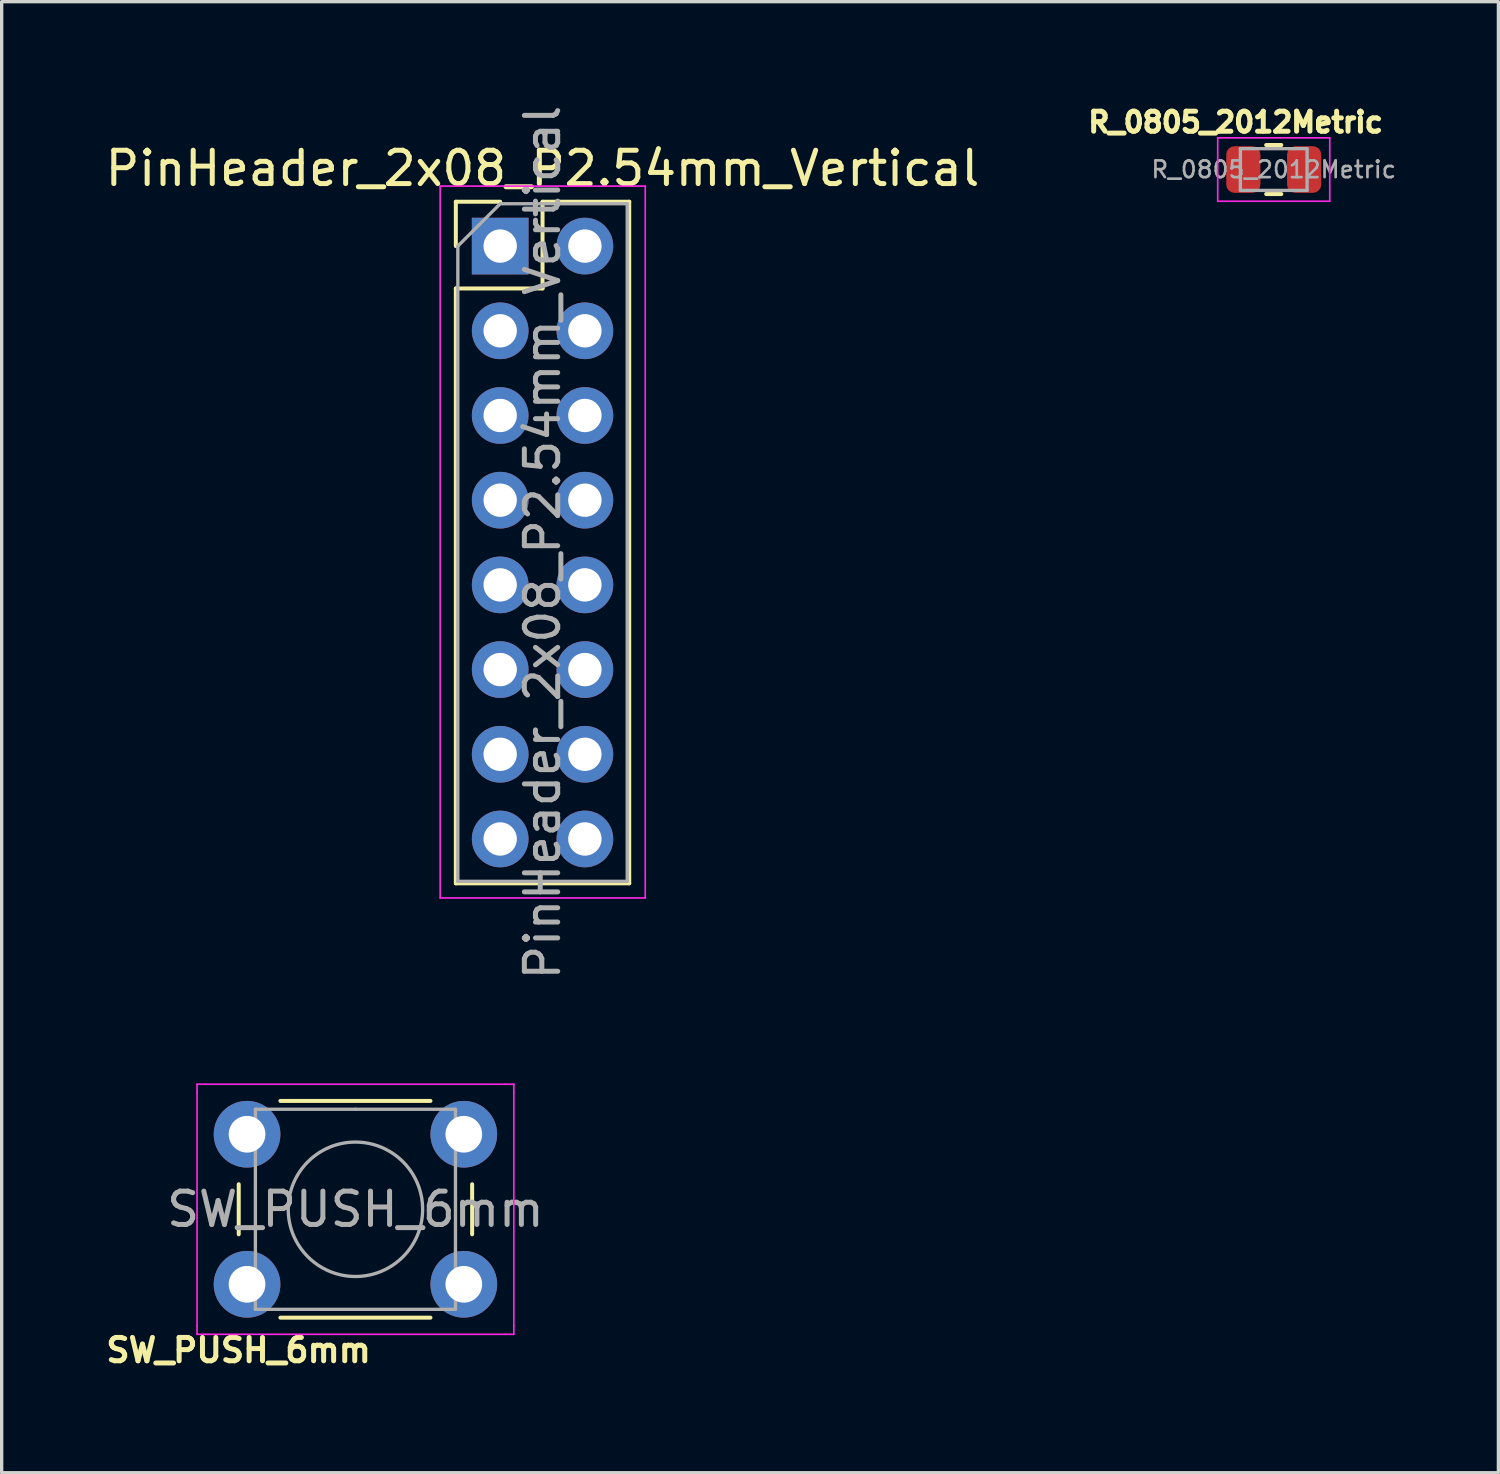
<source format=kicad_pcb>
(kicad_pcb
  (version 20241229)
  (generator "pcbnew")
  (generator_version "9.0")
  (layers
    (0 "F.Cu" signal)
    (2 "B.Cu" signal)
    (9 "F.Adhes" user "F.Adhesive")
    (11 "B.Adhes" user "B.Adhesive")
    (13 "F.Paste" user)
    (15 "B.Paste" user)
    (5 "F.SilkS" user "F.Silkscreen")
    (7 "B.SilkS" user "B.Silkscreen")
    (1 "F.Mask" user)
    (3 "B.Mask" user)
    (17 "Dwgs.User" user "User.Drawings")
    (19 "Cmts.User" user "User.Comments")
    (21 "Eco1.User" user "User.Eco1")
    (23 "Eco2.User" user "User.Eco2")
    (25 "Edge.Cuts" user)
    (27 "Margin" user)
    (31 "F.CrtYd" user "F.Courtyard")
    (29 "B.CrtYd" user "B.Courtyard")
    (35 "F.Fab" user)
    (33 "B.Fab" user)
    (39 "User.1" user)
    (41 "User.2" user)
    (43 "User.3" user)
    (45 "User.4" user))
  (footprint "PinHeader_2x08_P2.54mm_Vertical"
    (layer "F.Cu")
    (at 11.95 4.33)
    (property "Reference" "PinHeader_2x08_P2.54mm_Vertical" (at 1.27 -2.33 0) (layer "F.SilkS") (effects (font (size 1 1) (thickness 0.15))))
    (attr through_hole)
    (fp_line (start -1.33 -1.33) (end 0 -1.33) (stroke (width 0.12) (type solid)) (layer "F.SilkS"))
    (fp_line (start -1.33 0) (end -1.33 -1.33) (stroke (width 0.12) (type solid)) (layer "F.SilkS"))
    (fp_line (start -1.33 1.27) (end -1.33 19.11) (stroke (width 0.12) (type solid)) (layer "F.SilkS"))
    (fp_line (start -1.33 1.27) (end 1.27 1.27) (stroke (width 0.12) (type solid)) (layer "F.SilkS"))
    (fp_line (start -1.33 19.11) (end 3.87 19.11) (stroke (width 0.12) (type solid)) (layer "F.SilkS"))
    (fp_line (start 1.27 -1.33) (end 3.87 -1.33) (stroke (width 0.12) (type solid)) (layer "F.SilkS"))
    (fp_line (start 1.27 1.27) (end 1.27 -1.33) (stroke (width 0.12) (type solid)) (layer "F.SilkS"))
    (fp_line (start 3.87 -1.33) (end 3.87 19.11) (stroke (width 0.12) (type solid)) (layer "F.SilkS"))
    (fp_line (start -1.8 -1.8) (end -1.8 19.55) (stroke (width 0.05) (type solid)) (layer "F.CrtYd"))
    (fp_line (start -1.8 19.55) (end 4.35 19.55) (stroke (width 0.05) (type solid)) (layer "F.CrtYd"))
    (fp_line (start 4.35 -1.8) (end -1.8 -1.8) (stroke (width 0.05) (type solid)) (layer "F.CrtYd"))
    (fp_line (start 4.35 19.55) (end 4.35 -1.8) (stroke (width 0.05) (type solid)) (layer "F.CrtYd"))
    (fp_line (start -1.27 0) (end 0 -1.27) (stroke (width 0.1) (type solid)) (layer "F.Fab"))
    (fp_line (start -1.27 19.05) (end -1.27 0) (stroke (width 0.1) (type solid)) (layer "F.Fab"))
    (fp_line (start 0 -1.27) (end 3.81 -1.27) (stroke (width 0.1) (type solid)) (layer "F.Fab"))
    (fp_line (start 3.81 -1.27) (end 3.81 19.05) (stroke (width 0.1) (type solid)) (layer "F.Fab"))
    (fp_line (start 3.81 19.05) (end -1.27 19.05) (stroke (width 0.1) (type solid)) (layer "F.Fab"))
    (fp_text user "${REFERENCE}" (at 1.27 8.89 270) (layer "F.Fab") (effects (font (size 1 1) (thickness 0.15))))
    (pad "1" thru_hole rect (at 0 0) (size 1.7 1.7) (drill 1) (layers "*.Cu" "*.Mask"))
    (pad "2" thru_hole oval (at 2.54 0) (size 1.7 1.7) (drill 1) (layers "*.Cu" "*.Mask"))
    (pad "3" thru_hole oval (at 0 2.54) (size 1.7 1.7) (drill 1) (layers "*.Cu" "*.Mask"))
    (pad "4" thru_hole oval (at 2.54 2.54) (size 1.7 1.7) (drill 1) (layers "*.Cu" "*.Mask"))
    (pad "5" thru_hole oval (at 0 5.08) (size 1.7 1.7) (drill 1) (layers "*.Cu" "*.Mask"))
    (pad "6" thru_hole oval (at 2.54 5.08) (size 1.7 1.7) (drill 1) (layers "*.Cu" "*.Mask"))
    (pad "7" thru_hole oval (at 0 7.62) (size 1.7 1.7) (drill 1) (layers "*.Cu" "*.Mask"))
    (pad "8" thru_hole oval (at 2.54 7.62) (size 1.7 1.7) (drill 1) (layers "*.Cu" "*.Mask"))
    (pad "9" thru_hole oval (at 0 10.16) (size 1.7 1.7) (drill 1) (layers "*.Cu" "*.Mask"))
    (pad "10" thru_hole oval (at 2.54 10.16) (size 1.7 1.7) (drill 1) (layers "*.Cu" "*.Mask"))
    (pad "11" thru_hole oval (at 0 12.7) (size 1.7 1.7) (drill 1) (layers "*.Cu" "*.Mask"))
    (pad "12" thru_hole oval (at 2.54 12.7) (size 1.7 1.7) (drill 1) (layers "*.Cu" "*.Mask"))
    (pad "13" thru_hole oval (at 0 15.24) (size 1.7 1.7) (drill 1) (layers "*.Cu" "*.Mask"))
    (pad "14" thru_hole oval (at 2.54 15.24) (size 1.7 1.7) (drill 1) (layers "*.Cu" "*.Mask"))
    (pad "15" thru_hole oval (at 0 17.78) (size 1.7 1.7) (drill 1) (layers "*.Cu" "*.Mask"))
    (pad "16" thru_hole oval (at 2.54 17.78) (size 1.7 1.7) (drill 1) (layers "*.Cu" "*.Mask")))
  (footprint "SW_PUSH_6mm"
    (layer "F.Cu")
    (at 4.359 30.965)
    (property "Reference" "SW_PUSH_6mm" (at -0.254 6.477 0) (layer "F.SilkS") (effects (font (size 0.7 0.7) (thickness 0.15))))
    (attr through_hole)
    (fp_line (start -0.25 1.5) (end -0.25 3) (stroke (width 0.12) (type solid)) (layer "F.SilkS"))
    (fp_line (start 1 5.5) (end 5.5 5.5) (stroke (width 0.12) (type solid)) (layer "F.SilkS"))
    (fp_line (start 5.5 -1) (end 1 -1) (stroke (width 0.12) (type solid)) (layer "F.SilkS"))
    (fp_line (start 6.75 3) (end 6.75 1.5) (stroke (width 0.12) (type solid)) (layer "F.SilkS"))
    (fp_line (start -1.5 -1.5) (end -1.25 -1.5) (stroke (width 0.05) (type solid)) (layer "F.CrtYd"))
    (fp_line (start -1.5 -1.25) (end -1.5 -1.5) (stroke (width 0.05) (type solid)) (layer "F.CrtYd"))
    (fp_line (start -1.5 5.75) (end -1.5 -1.25) (stroke (width 0.05) (type solid)) (layer "F.CrtYd"))
    (fp_line (start -1.5 5.75) (end -1.5 6) (stroke (width 0.05) (type solid)) (layer "F.CrtYd"))
    (fp_line (start -1.5 6) (end -1.25 6) (stroke (width 0.05) (type solid)) (layer "F.CrtYd"))
    (fp_line (start -1.25 -1.5) (end 7.75 -1.5) (stroke (width 0.05) (type solid)) (layer "F.CrtYd"))
    (fp_line (start 7.75 -1.5) (end 8 -1.5) (stroke (width 0.05) (type solid)) (layer "F.CrtYd"))
    (fp_line (start 7.75 6) (end -1.25 6) (stroke (width 0.05) (type solid)) (layer "F.CrtYd"))
    (fp_line (start 7.75 6) (end 8 6) (stroke (width 0.05) (type solid)) (layer "F.CrtYd"))
    (fp_line (start 8 -1.5) (end 8 -1.25) (stroke (width 0.05) (type solid)) (layer "F.CrtYd"))
    (fp_line (start 8 -1.25) (end 8 5.75) (stroke (width 0.05) (type solid)) (layer "F.CrtYd"))
    (fp_line (start 8 6) (end 8 5.75) (stroke (width 0.05) (type solid)) (layer "F.CrtYd"))
    (fp_line (start 0.25 -0.75) (end 3.25 -0.75) (stroke (width 0.1) (type solid)) (layer "F.Fab"))
    (fp_line (start 0.25 5.25) (end 0.25 -0.75) (stroke (width 0.1) (type solid)) (layer "F.Fab"))
    (fp_line (start 3.25 -0.75) (end 6.25 -0.75) (stroke (width 0.1) (type solid)) (layer "F.Fab"))
    (fp_line (start 6.25 -0.75) (end 6.25 5.25) (stroke (width 0.1) (type solid)) (layer "F.Fab"))
    (fp_line (start 6.25 5.25) (end 0.25 5.25) (stroke (width 0.1) (type solid)) (layer "F.Fab"))
    (fp_circle (center 3.25 2.25) (end 1.25 2.5) (stroke (width 0.1) (type solid)) (fill no) (layer "F.Fab"))
    (fp_text user "${REFERENCE}" (at 3.25 2.25 0) (layer "F.Fab") (effects (font (size 1 1) (thickness 0.15))))
    (pad "1" thru_hole circle (at 0 0 90) (size 2 2) (drill 1.1) (layers "*.Cu" "*.Mask"))
    (pad "1" thru_hole circle (at 6.5 0 90) (size 2 2) (drill 1.1) (layers "*.Cu" "*.Mask"))
    (pad "2" thru_hole circle (at 0 4.5 90) (size 2 2) (drill 1.1) (layers "*.Cu" "*.Mask"))
    (pad "2" thru_hole circle (at 6.5 4.5 90) (size 2 2) (drill 1.1) (layers "*.Cu" "*.Mask")))
  (footprint "R_0805_2012Metric"
    (layer "F.Cu")
    (at 35.148 2.034)
    (property "Reference" "R_0805_2012Metric" (at -1.143 -1.419 0) (layer "F.SilkS") (effects (font (size 0.6 0.6) (thickness 0.15))))
    (attr smd)
    (fp_line (start -0.227 -0.735) (end 0.227 -0.735) (stroke (width 0.12) (type solid)) (layer "F.SilkS"))
    (fp_line (start -0.227 0.735) (end 0.227 0.735) (stroke (width 0.12) (type solid)) (layer "F.SilkS"))
    (fp_line (start -1.68 -0.95) (end 1.68 -0.95) (stroke (width 0.05) (type solid)) (layer "F.CrtYd"))
    (fp_line (start -1.68 0.95) (end -1.68 -0.95) (stroke (width 0.05) (type solid)) (layer "F.CrtYd"))
    (fp_line (start 1.68 -0.95) (end 1.68 0.95) (stroke (width 0.05) (type solid)) (layer "F.CrtYd"))
    (fp_line (start 1.68 0.95) (end -1.68 0.95) (stroke (width 0.05) (type solid)) (layer "F.CrtYd"))
    (fp_line (start -1 -0.625) (end 1 -0.625) (stroke (width 0.1) (type solid)) (layer "F.Fab"))
    (fp_line (start -1 0.625) (end -1 -0.625) (stroke (width 0.1) (type solid)) (layer "F.Fab"))
    (fp_line (start 1 -0.625) (end 1 0.625) (stroke (width 0.1) (type solid)) (layer "F.Fab"))
    (fp_line (start 1 0.625) (end -1 0.625) (stroke (width 0.1) (type solid)) (layer "F.Fab"))
    (fp_text user "${REFERENCE}" (at 0 0 0) (layer "F.Fab") (effects (font (size 0.5 0.5) (thickness 0.08))))
    (pad "1" smd roundrect (at -0.912 0) (size 1.025 1.4) (layers "F.Cu" "F.Mask" "F.Paste") (roundrect_rratio 0.244))
    (pad "2" smd roundrect (at 0.912 0) (size 1.025 1.4) (layers "F.Cu" "F.Mask" "F.Paste") (roundrect_rratio 0.244)))
  (gr_rect
    (start -3 -3)
    (end 41.885 41.115)
    (stroke (width 0.1) (type default))
    (fill no)
    (layer "Edge.Cuts")))
</source>
